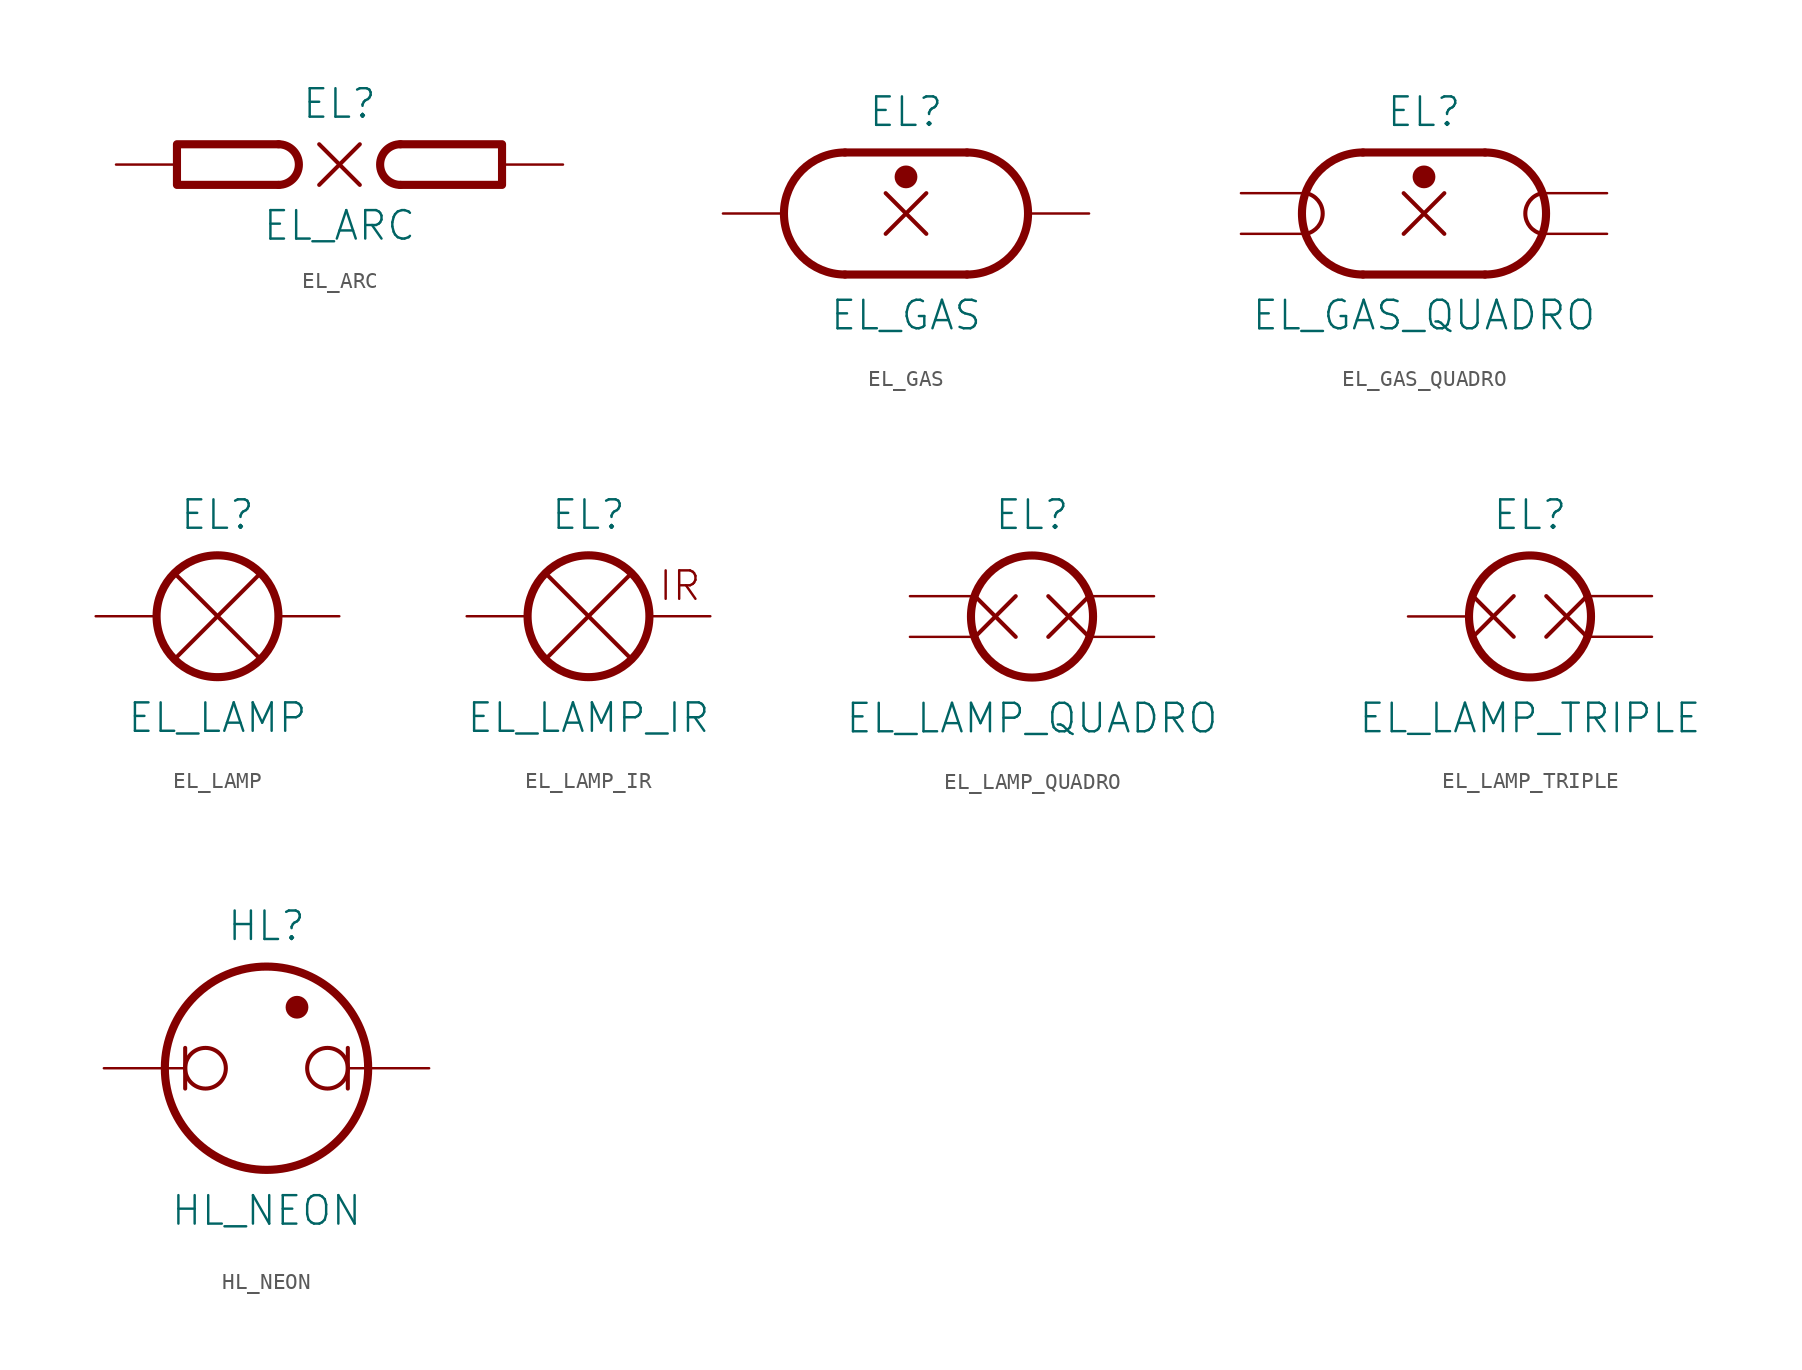
<source format=kicad_sym>
(kicad_symbol_lib
  (version 20211014)
  (generator kicad_symbol_editor)
  (symbol "EL_ARC"
    (pin_names
      (offset 0))
    (property "Reference" "EL"
      (at 0 3.81 0)
      (effects (font (size 1.778 1.778))))
    (property "Value" "EL_ARC"
      (at 0 -3.81 0)
      (effects (font (size 1.778 1.778))))
    (symbol "EL_ARC_0_1"
      (arc (start -3.81 -1.27) (mid -2.54 0) (end -3.81 1.27) (stroke (width 0.508) (type default) (color 0 0 0 0)) (fill (type none)))
      (polyline (pts (xy -13.97 0) (xy -10.16 0)) (stroke (width 0) (type default) (color 0 0 0 0)) (fill (type none)))
      (polyline (pts (xy -1.27 1.27) (xy 1.27 -1.27)) (stroke (width 0.254) (type default) (color 0 0 0 0)) (fill (type none)))
      (polyline (pts (xy 1.27 1.27) (xy -1.27 -1.27)) (stroke (width 0.254) (type default) (color 0 0 0 0)) (fill (type none)))
      (polyline (pts (xy 10.16 0) (xy 13.97 0)) (stroke (width 0) (type default) (color 0 0 0 0)) (fill (type none)))
      (polyline (pts (xy -3.81 1.27) (xy -10.16 1.27) (xy -10.16 -1.27) (xy -3.81 -1.27)) (stroke (width 0.508) (type default) (color 0 0 0 0)) (fill (type none)))
      (polyline (pts (xy 3.81 1.27) (xy 10.16 1.27) (xy 10.16 -1.27) (xy 3.81 -1.27)) (stroke (width 0.508) (type default) (color 0 0 0 0)) (fill (type none)))
      (arc (start 3.81 1.27) (mid 2.54 0) (end 3.81 -1.27) (stroke (width 0.508) (type default) (color 0 0 0 0)) (fill (type none))))
    (symbol "EL_ARC_1_1"
      (pin passive line (at -13.97 0 0) (length 2.54) hide (name "~" (effects (font (size 1.27 1.27)))) (number "1" (effects (font (size 1.27 1.27)))))
      (pin passive line (at 13.97 0 180) (length 2.54) hide (name "~" (effects (font (size 1.27 1.27)))) (number "2" (effects (font (size 1.27 1.27)))))))
  (symbol "EL_GAS"
    (pin_names
      (offset 0))
    (property "Reference" "EL"
      (at 0 6.35 0)
      (effects (font (size 1.778 1.778))))
    (property "Value" "EL_GAS"
      (at 0 -6.35 0)
      (effects (font (size 1.778 1.778))))
    (symbol "EL_GAS_0_1"
      (arc (start -3.81 3.81) (mid -7.62 0) (end -3.81 -3.81) (stroke (width 0.508) (type default) (color 0 0 0 0)) (fill (type none)))
      (polyline (pts (xy -11.43 0) (xy -7.62 0)) (stroke (width 0) (type default) (color 0 0 0 0)) (fill (type none)))
      (polyline (pts (xy -3.81 -3.81) (xy 3.81 -3.81)) (stroke (width 0.508) (type default) (color 0 0 0 0)) (fill (type none)))
      (polyline (pts (xy -3.81 3.81) (xy 3.81 3.81)) (stroke (width 0.508) (type default) (color 0 0 0 0)) (fill (type none)))
      (polyline (pts (xy -1.27 1.27) (xy 1.27 -1.27)) (stroke (width 0.254) (type default) (color 0 0 0 0)) (fill (type none)))
      (polyline (pts (xy 1.27 1.27) (xy -1.27 -1.27)) (stroke (width 0.254) (type default) (color 0 0 0 0)) (fill (type none)))
      (polyline (pts (xy 7.62 0) (xy 11.43 0)) (stroke (width 0) (type default) (color 0 0 0 0)) (fill (type none)))
      (circle (center 0 2.286) (radius 0.635) (stroke (width 0) (type default) (color 0 0 0 0)) (fill (type outline)))
      (arc (start 3.81 -3.81) (mid 7.62 0) (end 3.81 3.81) (stroke (width 0.508) (type default) (color 0 0 0 0)) (fill (type none))))
    (symbol "EL_GAS_1_1"
      (pin passive line (at -11.43 0 0) (length 2.54) hide (name "~" (effects (font (size 1.27 1.27)))) (number "1" (effects (font (size 1.27 1.27)))))
      (pin passive line (at 11.43 0 180) (length 2.54) hide (name "~" (effects (font (size 1.27 1.27)))) (number "2" (effects (font (size 1.27 1.27)))))))
  (symbol "EL_GAS_QUADRO"
    (pin_names
      (offset 0))
    (property "Reference" "EL"
      (at 0 6.35 0)
      (effects (font (size 1.778 1.778))))
    (property "Value" "EL_GAS_QUADRO"
      (at 0 -6.35 0)
      (effects (font (size 1.778 1.778))))
    (symbol "EL_GAS_QUADRO_0_1"
      (arc (start -7.366 -1.27) (mid -6.3248 0) (end -7.366 1.27) (stroke (width 0.254) (type default) (color 0 0 0 0)) (fill (type none)))
      (arc (start -3.81 3.81) (mid -7.62 0) (end -3.81 -3.81) (stroke (width 0.508) (type default) (color 0 0 0 0)) (fill (type none)))
      (polyline (pts (xy -11.43 -1.27) (xy -7.366 -1.27)) (stroke (width 0) (type default) (color 0 0 0 0)) (fill (type none)))
      (polyline (pts (xy -11.43 1.27) (xy -7.366 1.27)) (stroke (width 0) (type default) (color 0 0 0 0)) (fill (type none)))
      (polyline (pts (xy -3.81 -3.81) (xy 3.81 -3.81)) (stroke (width 0.508) (type default) (color 0 0 0 0)) (fill (type none)))
      (polyline (pts (xy -3.81 3.81) (xy 3.81 3.81)) (stroke (width 0.508) (type default) (color 0 0 0 0)) (fill (type none)))
      (polyline (pts (xy -1.27 1.27) (xy 1.27 -1.27)) (stroke (width 0.254) (type default) (color 0 0 0 0)) (fill (type none)))
      (polyline (pts (xy 1.27 1.27) (xy -1.27 -1.27)) (stroke (width 0.254) (type default) (color 0 0 0 0)) (fill (type none)))
      (polyline (pts (xy 7.366 -1.27) (xy 11.43 -1.27)) (stroke (width 0) (type default) (color 0 0 0 0)) (fill (type none)))
      (polyline (pts (xy 7.366 1.27) (xy 11.43 1.27)) (stroke (width 0) (type default) (color 0 0 0 0)) (fill (type none)))
      (circle (center 0 2.286) (radius 0.635) (stroke (width 0) (type default) (color 0 0 0 0)) (fill (type outline)))
      (arc (start 3.81 -3.81) (mid 7.62 0) (end 3.81 3.81) (stroke (width 0.508) (type default) (color 0 0 0 0)) (fill (type none)))
      (arc (start 7.366 1.27) (mid 6.3248 0) (end 7.366 -1.27) (stroke (width 0.254) (type default) (color 0 0 0 0)) (fill (type none))))
    (symbol "EL_GAS_QUADRO_1_1"
      (pin passive line (at -11.43 1.27 0) (length 2.54) hide (name "~" (effects (font (size 1.27 1.27)))) (number "1" (effects (font (size 1.27 1.27)))))
      (pin passive line (at -11.43 -1.27 0) (length 2.54) hide (name "~" (effects (font (size 1.27 1.27)))) (number "2" (effects (font (size 1.27 1.27)))))
      (pin passive line (at 11.43 1.27 180) (length 2.54) hide (name "~" (effects (font (size 1.27 1.27)))) (number "3" (effects (font (size 1.27 1.27)))))
      (pin passive line (at 11.43 -1.27 180) (length 2.54) hide (name "~" (effects (font (size 1.27 1.27)))) (number "4" (effects (font (size 1.27 1.27)))))))
  (symbol "EL_LAMP"
    (pin_names
      (offset 0))
    (property "Reference" "EL"
      (at 0 6.35 0)
      (effects (font (size 1.778 1.778))))
    (property "Value" "EL_LAMP"
      (at 0 -6.35 0)
      (effects (font (size 1.778 1.778))))
    (symbol "EL_LAMP_0_1"
      (polyline (pts (xy -7.62 0) (xy -3.81 0)) (stroke (width 0) (type default) (color 0 0 0 0)) (fill (type none)))
      (polyline (pts (xy -2.667 2.667) (xy 2.667 -2.667)) (stroke (width 0.254) (type default) (color 0 0 0 0)) (fill (type none)))
      (polyline (pts (xy 2.667 2.667) (xy -2.667 -2.667)) (stroke (width 0.254) (type default) (color 0 0 0 0)) (fill (type none)))
      (polyline (pts (xy 3.81 0) (xy 7.62 0)) (stroke (width 0) (type default) (color 0 0 0 0)) (fill (type none)))
      (circle (center 0 0) (radius 3.81) (stroke (width 0.508) (type default) (color 0 0 0 0)) (fill (type none))))
    (symbol "EL_LAMP_1_1"
      (pin passive line (at -7.62 0 0) (length 2.54) hide (name "~" (effects (font (size 1.27 1.27)))) (number "1" (effects (font (size 1.27 1.27)))))
      (pin passive line (at 7.62 0 180) (length 2.54) hide (name "~" (effects (font (size 1.27 1.27)))) (number "2" (effects (font (size 1.27 1.27)))))))
  (symbol "EL_LAMP_IR"
    (pin_names
      (offset 0))
    (property "Reference" "EL"
      (at 0 6.35 0)
      (effects (font (size 1.778 1.778))))
    (property "Value" "EL_LAMP_IR"
      (at 0 -6.35 0)
      (effects (font (size 1.778 1.778))))
    (symbol "EL_LAMP_IR_0_0"
      (text "IR" (at 5.715 1.905 0) (effects (font (size 1.778 1.778)))))
    (symbol "EL_LAMP_IR_0_1"
      (polyline (pts (xy -7.62 0) (xy -3.81 0)) (stroke (width 0) (type default) (color 0 0 0 0)) (fill (type none)))
      (polyline (pts (xy -2.667 2.667) (xy 2.667 -2.667)) (stroke (width 0.254) (type default) (color 0 0 0 0)) (fill (type none)))
      (polyline (pts (xy 2.667 2.667) (xy -2.667 -2.667)) (stroke (width 0.254) (type default) (color 0 0 0 0)) (fill (type none)))
      (polyline (pts (xy 3.81 0) (xy 7.62 0)) (stroke (width 0) (type default) (color 0 0 0 0)) (fill (type none)))
      (circle (center 0 0) (radius 3.81) (stroke (width 0.508) (type default) (color 0 0 0 0)) (fill (type none))))
    (symbol "EL_LAMP_IR_1_1"
      (pin passive line (at -7.62 0 0) (length 2.54) hide (name "~" (effects (font (size 1.27 1.27)))) (number "1" (effects (font (size 1.27 1.27)))))
      (pin passive line (at 7.62 0 180) (length 2.54) hide (name "~" (effects (font (size 1.27 1.27)))) (number "2" (effects (font (size 1.27 1.27)))))))
  (symbol "EL_LAMP_QUADRO"
    (pin_names
      (offset 0))
    (property "Reference" "EL"
      (at 0 6.35 0)
      (effects (font (size 1.778 1.778))))
    (property "Value" "EL_LAMP_QUADRO"
      (at 0 -6.35 0)
      (effects (font (size 1.778 1.778))))
    (symbol "EL_LAMP_QUADRO_0_1"
      (polyline (pts (xy -7.62 -1.27) (xy -3.556 -1.27)) (stroke (width 0) (type default) (color 0 0 0 0)) (fill (type none)))
      (polyline (pts (xy -7.62 1.27) (xy -3.556 1.27)) (stroke (width 0) (type default) (color 0 0 0 0)) (fill (type none)))
      (polyline (pts (xy -3.556 1.27) (xy -1.016 -1.27)) (stroke (width 0.254) (type default) (color 0 0 0 0)) (fill (type none)))
      (polyline (pts (xy -1.016 1.27) (xy -3.556 -1.27)) (stroke (width 0.254) (type default) (color 0 0 0 0)) (fill (type none)))
      (polyline (pts (xy 1.016 1.27) (xy 3.556 -1.27)) (stroke (width 0.254) (type default) (color 0 0 0 0)) (fill (type none)))
      (polyline (pts (xy 3.556 -1.27) (xy 7.62 -1.27)) (stroke (width 0) (type default) (color 0 0 0 0)) (fill (type none)))
      (polyline (pts (xy 3.556 1.27) (xy 1.016 -1.27)) (stroke (width 0.254) (type default) (color 0 0 0 0)) (fill (type none)))
      (polyline (pts (xy 3.556 1.27) (xy 7.62 1.27)) (stroke (width 0) (type default) (color 0 0 0 0)) (fill (type none)))
      (circle (center 0 0) (radius 3.81) (stroke (width 0.508) (type default) (color 0 0 0 0)) (fill (type none))))
    (symbol "EL_LAMP_QUADRO_1_1"
      (pin passive line (at -7.62 1.27 0) (length 2.54) hide (name "~" (effects (font (size 1.27 1.27)))) (number "1" (effects (font (size 1.27 1.27)))))
      (pin passive line (at -7.62 -1.27 0) (length 2.54) hide (name "~" (effects (font (size 1.27 1.27)))) (number "2" (effects (font (size 1.27 1.27)))))
      (pin passive line (at 7.62 1.27 180) (length 2.54) hide (name "~" (effects (font (size 1.27 1.27)))) (number "3" (effects (font (size 1.27 1.27)))))
      (pin passive line (at 7.62 -1.27 180) (length 2.54) hide (name "~" (effects (font (size 1.27 1.27)))) (number "4" (effects (font (size 1.27 1.27)))))))
  (symbol "EL_LAMP_TRIPLE"
    (pin_names
      (offset 0))
    (property "Reference" "EL"
      (at 0 6.35 0)
      (effects (font (size 1.778 1.778))))
    (property "Value" "EL_LAMP_TRIPLE"
      (at 0 -6.35 0)
      (effects (font (size 1.778 1.778))))
    (symbol "EL_LAMP_TRIPLE_0_1"
      (polyline (pts (xy -7.62 0) (xy -3.81 0)) (stroke (width 0) (type default) (color 0 0 0 0)) (fill (type none)))
      (polyline (pts (xy -3.556 1.27) (xy -1.016 -1.27)) (stroke (width 0.254) (type default) (color 0 0 0 0)) (fill (type none)))
      (polyline (pts (xy -1.016 1.27) (xy -3.556 -1.27)) (stroke (width 0.254) (type default) (color 0 0 0 0)) (fill (type none)))
      (polyline (pts (xy 1.016 1.27) (xy 3.556 -1.27)) (stroke (width 0.254) (type default) (color 0 0 0 0)) (fill (type none)))
      (polyline (pts (xy 3.556 1.27) (xy 1.016 -1.27)) (stroke (width 0.254) (type default) (color 0 0 0 0)) (fill (type none)))
      (polyline (pts (xy 7.62 -1.27) (xy 3.556 -1.27)) (stroke (width 0) (type default) (color 0 0 0 0)) (fill (type none)))
      (polyline (pts (xy 7.62 1.27) (xy 3.556 1.27)) (stroke (width 0) (type default) (color 0 0 0 0)) (fill (type none)))
      (circle (center 0 0) (radius 3.81) (stroke (width 0.508) (type default) (color 0 0 0 0)) (fill (type none))))
    (symbol "EL_LAMP_TRIPLE_1_1"
      (pin passive line (at -7.62 0 0) (length 2.54) hide (name "~" (effects (font (size 1.27 1.27)))) (number "1" (effects (font (size 1.27 1.27)))))
      (pin passive line (at 7.62 1.27 180) (length 2.54) hide (name "~" (effects (font (size 1.27 1.27)))) (number "2" (effects (font (size 1.27 1.27)))))
      (pin passive line (at 7.62 -1.27 180) (length 2.54) hide (name "~" (effects (font (size 1.27 1.27)))) (number "3" (effects (font (size 1.27 1.27)))))))
  (symbol "HL_NEON"
    (pin_names
      (offset 0))
    (property "Reference" "HL"
      (at 0 8.89 0)
      (effects (font (size 1.778 1.778))))
    (property "Value" "HL_NEON"
      (at 0 -8.89 0)
      (effects (font (size 1.778 1.778))))
    (symbol "HL_NEON_0_1"
      (circle (center -3.81 0) (radius 1.27) (stroke (width 0.254) (type default) (color 0 0 0 0)) (fill (type none)))
      (polyline (pts (xy -10.16 0) (xy -5.08 0)) (stroke (width 0) (type default) (color 0 0 0 0)) (fill (type none)))
      (polyline (pts (xy -5.08 1.27) (xy -5.08 -1.27)) (stroke (width 0.254) (type default) (color 0 0 0 0)) (fill (type none)))
      (polyline (pts (xy 5.08 0) (xy 10.16 0)) (stroke (width 0) (type default) (color 0 0 0 0)) (fill (type none)))
      (polyline (pts (xy 5.08 1.27) (xy 5.08 -1.27)) (stroke (width 0.254) (type default) (color 0 0 0 0)) (fill (type none)))
      (circle (center 0 0) (radius 6.35) (stroke (width 0.508) (type default) (color 0 0 0 0)) (fill (type none)))
      (circle (center 1.905 3.81) (radius 0.635) (stroke (width 0) (type default) (color 0 0 0 0)) (fill (type outline)))
      (circle (center 3.81 0) (radius 1.27) (stroke (width 0.254) (type default) (color 0 0 0 0)) (fill (type none))))
    (symbol "HL_NEON_1_1"
      (pin passive line (at -10.16 0 0) (length 2.54) hide (name "~" (effects (font (size 1.27 1.27)))) (number "1" (effects (font (size 1.27 1.27)))))
      (pin passive line (at 10.16 0 180) (length 2.54) hide (name "~" (effects (font (size 1.27 1.27)))) (number "2" (effects (font (size 1.27 1.27))))))))
</source>
